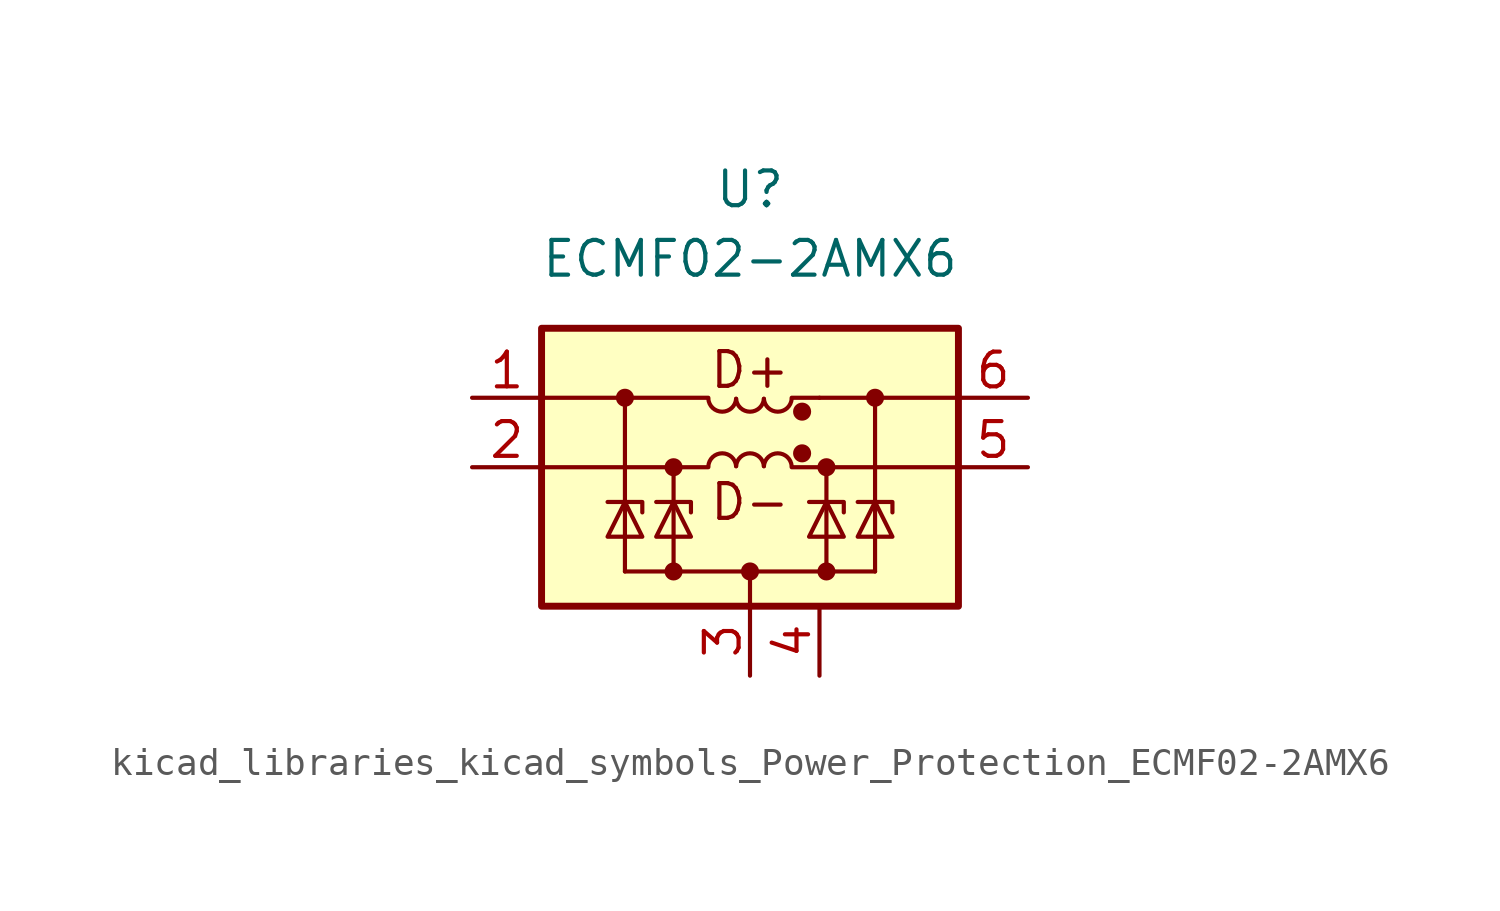
<source format=kicad_sym>
(kicad_symbol_lib
  (version 20220914)
  (generator kicad_symbol_editor)
  (symbol "kicad_libraries_kicad_symbols_Power_Protection_ECMF02-2AMX6"
    (pin_names
      (offset 0.025) hide)
    (property "Reference" "U"
      (at 0 10.16 0)
      (effects (font (size 1.27 1.27))))
    (property "Value" "ECMF02-2AMX6"
      (at 0 7.62 0)
      (effects (font (size 1.27 1.27))))
    (symbol "kicad_libraries_kicad_symbols_Power_Protection_ECMF02-2AMX6_0_1"
      (rectangle (start -7.62 5.08) (end 7.62 -5.08) (stroke (width 0.254) (type default)) (fill (type background)))
      (arc (start -1.524 2.5023) (mid -1.016 2.0306) (end -0.508 2.5023) (stroke (width 0) (type default)) (fill (type none)))
      (arc (start -0.508 0.0377) (mid -1.016 0.5094) (end -1.524 0.0377) (stroke (width 0) (type default)) (fill (type none)))
      (arc (start -0.508 2.5023) (mid 0 2.0306) (end 0.508 2.5023) (stroke (width 0) (type default)) (fill (type none)))
      (polyline (pts (xy -7.62 0) (xy -1.524 0)) (stroke (width 0) (type default)) (fill (type none)))
      (polyline (pts (xy -7.62 2.54) (xy -1.524 2.54)) (stroke (width 0) (type default)) (fill (type none)))
      (polyline (pts (xy -4.572 -3.81) (xy 4.572 -3.81)) (stroke (width 0) (type default)) (fill (type none)))
      (polyline (pts (xy -4.572 2.54) (xy -4.572 -3.81)) (stroke (width 0) (type default)) (fill (type none)))
      (polyline (pts (xy -2.794 0) (xy -2.794 -3.81)) (stroke (width 0) (type default)) (fill (type none)))
      (polyline (pts (xy 0 -5.08) (xy 0 -3.81)) (stroke (width 0) (type default)) (fill (type none)))
      (polyline (pts (xy 2.54 0) (xy 1.524 0)) (stroke (width 0) (type default)) (fill (type none)))
      (polyline (pts (xy 2.54 0) (xy 7.62 0)) (stroke (width 0) (type default)) (fill (type none)))
      (polyline (pts (xy 2.54 2.54) (xy 1.524 2.54)) (stroke (width 0) (type default)) (fill (type none)))
      (polyline (pts (xy 2.54 2.54) (xy 7.62 2.54)) (stroke (width 0) (type default)) (fill (type none)))
      (polyline (pts (xy 2.794 0) (xy 2.794 -3.81)) (stroke (width 0) (type default)) (fill (type none)))
      (polyline (pts (xy 4.572 2.54) (xy 4.572 -3.81)) (stroke (width 0) (type default)) (fill (type none)))
      (arc (start 0.508 0.0377) (mid 0 0.5094) (end -0.508 0.0377) (stroke (width 0) (type default)) (fill (type none)))
      (arc (start 0.508 2.5023) (mid 1.016 2.0306) (end 1.524 2.5023) (stroke (width 0) (type default)) (fill (type none)))
      (arc (start 1.524 0.0377) (mid 1.016 0.5094) (end 0.508 0.0377) (stroke (width 0) (type default)) (fill (type none)))
      (text "D+" (at 0 3.556 0) (effects (font (size 1.27 1.27))))
      (text "D-" (at 0 -1.27 0) (effects (font (size 1.27 1.27)))))
    (symbol "kicad_libraries_kicad_symbols_Power_Protection_ECMF02-2AMX6_1_1"
      (circle (center -4.572 2.54) (radius 0.254) (stroke (width 0) (type default)) (fill (type outline)))
      (circle (center -2.794 -3.81) (radius 0.254) (stroke (width 0) (type default)) (fill (type outline)))
      (circle (center -2.794 0) (radius 0.254) (stroke (width 0) (type default)) (fill (type outline)))
      (circle (center 0 -3.81) (radius 0.254) (stroke (width 0) (type default)) (fill (type outline)))
      (polyline (pts (xy -3.937 -1.651) (xy -3.937 -1.27) (xy -5.207 -1.27)) (stroke (width 0) (type default)) (fill (type none)))
      (polyline (pts (xy -2.159 -1.651) (xy -2.159 -1.27) (xy -3.429 -1.27)) (stroke (width 0) (type default)) (fill (type none)))
      (polyline (pts (xy 3.429 -1.651) (xy 3.429 -1.27) (xy 2.159 -1.27)) (stroke (width 0) (type default)) (fill (type none)))
      (polyline (pts (xy 5.207 -1.651) (xy 5.207 -1.27) (xy 3.937 -1.27)) (stroke (width 0) (type default)) (fill (type none)))
      (polyline (pts (xy -5.207 -2.54) (xy -3.937 -2.54) (xy -4.572 -1.27) (xy -5.207 -2.54)) (stroke (width 0) (type default)) (fill (type none)))
      (polyline (pts (xy -3.429 -2.54) (xy -2.159 -2.54) (xy -2.794 -1.27) (xy -3.429 -2.54)) (stroke (width 0) (type default)) (fill (type none)))
      (polyline (pts (xy 3.429 -2.54) (xy 2.159 -2.54) (xy 2.794 -1.27) (xy 3.429 -2.54)) (stroke (width 0) (type default)) (fill (type none)))
      (polyline (pts (xy 5.207 -2.54) (xy 3.937 -2.54) (xy 4.572 -1.27) (xy 5.207 -2.54)) (stroke (width 0) (type default)) (fill (type none)))
      (circle (center 1.905 0.508) (radius 0.254) (stroke (width 0) (type default)) (fill (type outline)))
      (circle (center 1.905 2.032) (radius 0.254) (stroke (width 0) (type default)) (fill (type outline)))
      (circle (center 2.794 -3.81) (radius 0.254) (stroke (width 0) (type default)) (fill (type outline)))
      (circle (center 2.794 0) (radius 0.254) (stroke (width 0) (type default)) (fill (type outline)))
      (circle (center 4.572 2.54) (radius 0.254) (stroke (width 0) (type default)) (fill (type outline)))
      (pin passive line (at -10.16 2.54 0) (length 2.54) (name "D+_in" (effects (font (size 1.27 1.27)))) (number "1" (effects (font (size 1.27 1.27)))))
      (pin passive line (at -10.16 0 0) (length 2.54) (name "D-_in" (effects (font (size 1.27 1.27)))) (number "2" (effects (font (size 1.27 1.27)))))
      (pin power_in line (at 0 -7.62 90) (length 2.54) (name "GND" (effects (font (size 1.27 1.27)))) (number "3" (effects (font (size 1.27 1.27)))))
      (pin free line (at 2.54 -7.62 90) (length 2.54) (name "NC" (effects (font (size 1.27 1.27)))) (number "4" (effects (font (size 1.27 1.27)))))
      (pin passive line (at 10.16 0 180) (length 2.54) (name "D-_out" (effects (font (size 1.27 1.27)))) (number "5" (effects (font (size 1.27 1.27)))))
      (pin passive line (at 10.16 2.54 180) (length 2.54) (name "D+_out" (effects (font (size 1.27 1.27)))) (number "6" (effects (font (size 1.27 1.27))))))))
</source>
